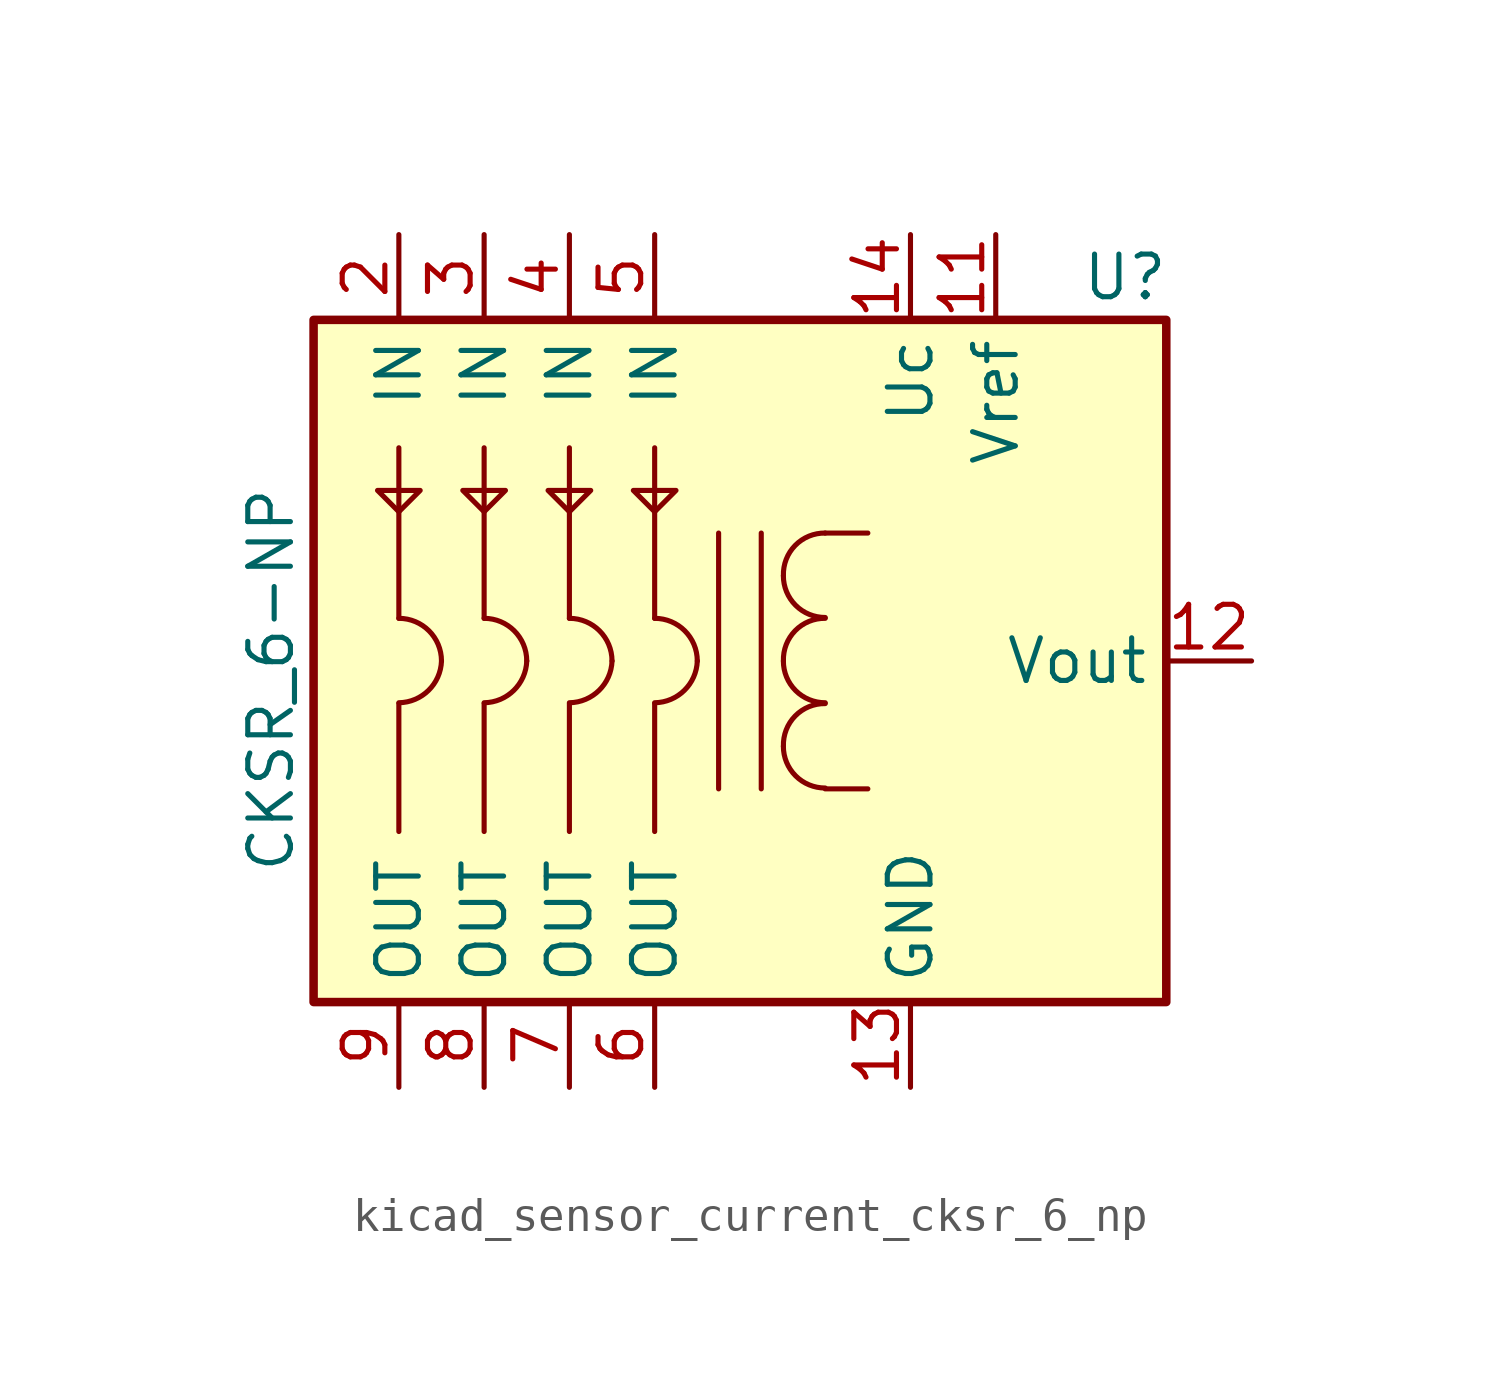
<source format=kicad_sym>
(kicad_symbol_lib
  (version 20220914)
  (generator kicad_symbol_editor)
  (symbol "kicad_sensor_current_cksr_6_np"
    (property "Reference" "U"
      (at 10.16 11.43 0)
      (effects (font (size 1.27 1.27)) (justify left)))
    (property "Value" "CKSR_6-NP"
      (at -13.97 -6.35 90)
      (effects (font (size 1.27 1.27)) (justify left)))
    (symbol "kicad_sensor_current_cksr_6_np_0_1"
      (rectangle (start -12.7 10.16) (end 12.7 -10.16) (stroke (width 0.254) (type default)) (fill (type background)))
      (polyline (pts (xy -10.16 -1.27) (xy -10.16 -5.08)) (stroke (width 0) (type default)) (fill (type none)))
      (polyline (pts (xy -10.16 1.27) (xy -10.16 6.35)) (stroke (width 0) (type default)) (fill (type none)))
      (polyline (pts (xy -7.62 -1.27) (xy -7.62 -5.08)) (stroke (width 0) (type default)) (fill (type none)))
      (polyline (pts (xy -7.62 1.27) (xy -7.62 6.35)) (stroke (width 0) (type default)) (fill (type none)))
      (polyline (pts (xy -5.08 -1.27) (xy -5.08 -5.08)) (stroke (width 0) (type default)) (fill (type none)))
      (polyline (pts (xy -5.08 1.27) (xy -5.08 6.35)) (stroke (width 0) (type default)) (fill (type none)))
      (polyline (pts (xy -2.54 -1.27) (xy -2.54 -5.08)) (stroke (width 0) (type default)) (fill (type none)))
      (polyline (pts (xy -2.54 1.27) (xy -2.54 6.35)) (stroke (width 0) (type default)) (fill (type none)))
      (polyline (pts (xy 2.54 -3.81) (xy 3.81 -3.81)) (stroke (width 0) (type default)) (fill (type none)))
      (polyline (pts (xy 2.54 3.81) (xy 3.81 3.81)) (stroke (width 0) (type default)) (fill (type none)))
      (polyline (pts (xy -9.525 5.08) (xy -10.795 5.08) (xy -10.16 4.445) (xy -9.525 5.08)) (stroke (width 0) (type default)) (fill (type none)))
      (polyline (pts (xy -6.985 5.08) (xy -8.255 5.08) (xy -7.62 4.445) (xy -6.985 5.08)) (stroke (width 0) (type default)) (fill (type none)))
      (polyline (pts (xy -4.445 5.08) (xy -5.715 5.08) (xy -5.08 4.445) (xy -4.445 5.08)) (stroke (width 0) (type default)) (fill (type none)))
      (polyline (pts (xy -1.905 5.08) (xy -2.54 4.445) (xy -3.175 5.08) (xy -1.905 5.08)) (stroke (width 0) (type default)) (fill (type none))))
    (symbol "kicad_sensor_current_cksr_6_np_1_1"
      (arc (start -10.16 -1.2446) (mid -9.2799 -0.8801) (end -8.89 0) (stroke (width 0) (type default)) (fill (type none)))
      (arc (start -8.89 0) (mid -9.262 0.898) (end -10.16 1.27) (stroke (width 0) (type default)) (fill (type none)))
      (arc (start -7.62 -1.2446) (mid -6.7399 -0.8801) (end -6.35 0) (stroke (width 0) (type default)) (fill (type none)))
      (arc (start -6.35 0) (mid -6.722 0.898) (end -7.62 1.27) (stroke (width 0) (type default)) (fill (type none)))
      (arc (start -5.08 -1.2446) (mid -4.1999 -0.8801) (end -3.81 0) (stroke (width 0) (type default)) (fill (type none)))
      (arc (start -3.81 0) (mid -4.182 0.898) (end -5.08 1.27) (stroke (width 0) (type default)) (fill (type none)))
      (arc (start -2.54 -1.2446) (mid -1.6599 -0.8801) (end -1.27 0) (stroke (width 0) (type default)) (fill (type none)))
      (arc (start -1.27 0) (mid -1.642 0.898) (end -2.54 1.27) (stroke (width 0) (type default)) (fill (type none)))
      (polyline (pts (xy -0.635 3.81) (xy -0.635 -3.81)) (stroke (width 0) (type default)) (fill (type none)))
      (polyline (pts (xy 0.635 -3.81) (xy 0.635 3.81)) (stroke (width 0) (type default)) (fill (type none)))
      (arc (start 1.2954 -2.54) (mid 1.6599 -3.4201) (end 2.54 -3.7846) (stroke (width 0) (type default)) (fill (type none)))
      (arc (start 1.2954 0) (mid 1.6599 -0.8801) (end 2.54 -1.2446) (stroke (width 0) (type default)) (fill (type none)))
      (arc (start 1.2954 2.54) (mid 1.6599 1.6599) (end 2.54 1.2954) (stroke (width 0) (type default)) (fill (type none)))
      (arc (start 2.54 -1.27) (mid 1.642 -1.642) (end 1.2954 -2.54) (stroke (width 0) (type default)) (fill (type none)))
      (arc (start 2.54 1.27) (mid 1.642 0.898) (end 1.2954 0) (stroke (width 0) (type default)) (fill (type none)))
      (arc (start 2.54 3.81) (mid 1.642 3.438) (end 1.2954 2.54) (stroke (width 0) (type default)) (fill (type none)))
      (pin bidirectional line (at 7.62 12.7 270) (length 2.54) (name "Vref" (effects (font (size 1.27 1.27)))) (number "11" (effects (font (size 1.27 1.27)))))
      (pin output line (at 15.24 0 180) (length 2.54) (name "Vout" (effects (font (size 1.27 1.27)))) (number "12" (effects (font (size 1.27 1.27)))))
      (pin power_in line (at 5.08 -12.7 90) (length 2.54) (name "GND" (effects (font (size 1.27 1.27)))) (number "13" (effects (font (size 1.27 1.27)))))
      (pin power_in line (at 5.08 12.7 270) (length 2.54) (name "Uc" (effects (font (size 1.27 1.27)))) (number "14" (effects (font (size 1.27 1.27)))))
      (pin passive line (at -10.16 12.7 270) (length 2.54) (name "IN" (effects (font (size 1.27 1.27)))) (number "2" (effects (font (size 1.27 1.27)))))
      (pin passive line (at -7.62 12.7 270) (length 2.54) (name "IN" (effects (font (size 1.27 1.27)))) (number "3" (effects (font (size 1.27 1.27)))))
      (pin passive line (at -5.08 12.7 270) (length 2.54) (name "IN" (effects (font (size 1.27 1.27)))) (number "4" (effects (font (size 1.27 1.27)))))
      (pin passive line (at -2.54 12.7 270) (length 2.54) (name "IN" (effects (font (size 1.27 1.27)))) (number "5" (effects (font (size 1.27 1.27)))))
      (pin passive line (at -2.54 -12.7 90) (length 2.54) (name "OUT" (effects (font (size 1.27 1.27)))) (number "6" (effects (font (size 1.27 1.27)))))
      (pin passive line (at -5.08 -12.7 90) (length 2.54) (name "OUT" (effects (font (size 1.27 1.27)))) (number "7" (effects (font (size 1.27 1.27)))))
      (pin passive line (at -7.62 -12.7 90) (length 2.54) (name "OUT" (effects (font (size 1.27 1.27)))) (number "8" (effects (font (size 1.27 1.27)))))
      (pin passive line (at -10.16 -12.7 90) (length 2.54) (name "OUT" (effects (font (size 1.27 1.27)))) (number "9" (effects (font (size 1.27 1.27))))))))
</source>
